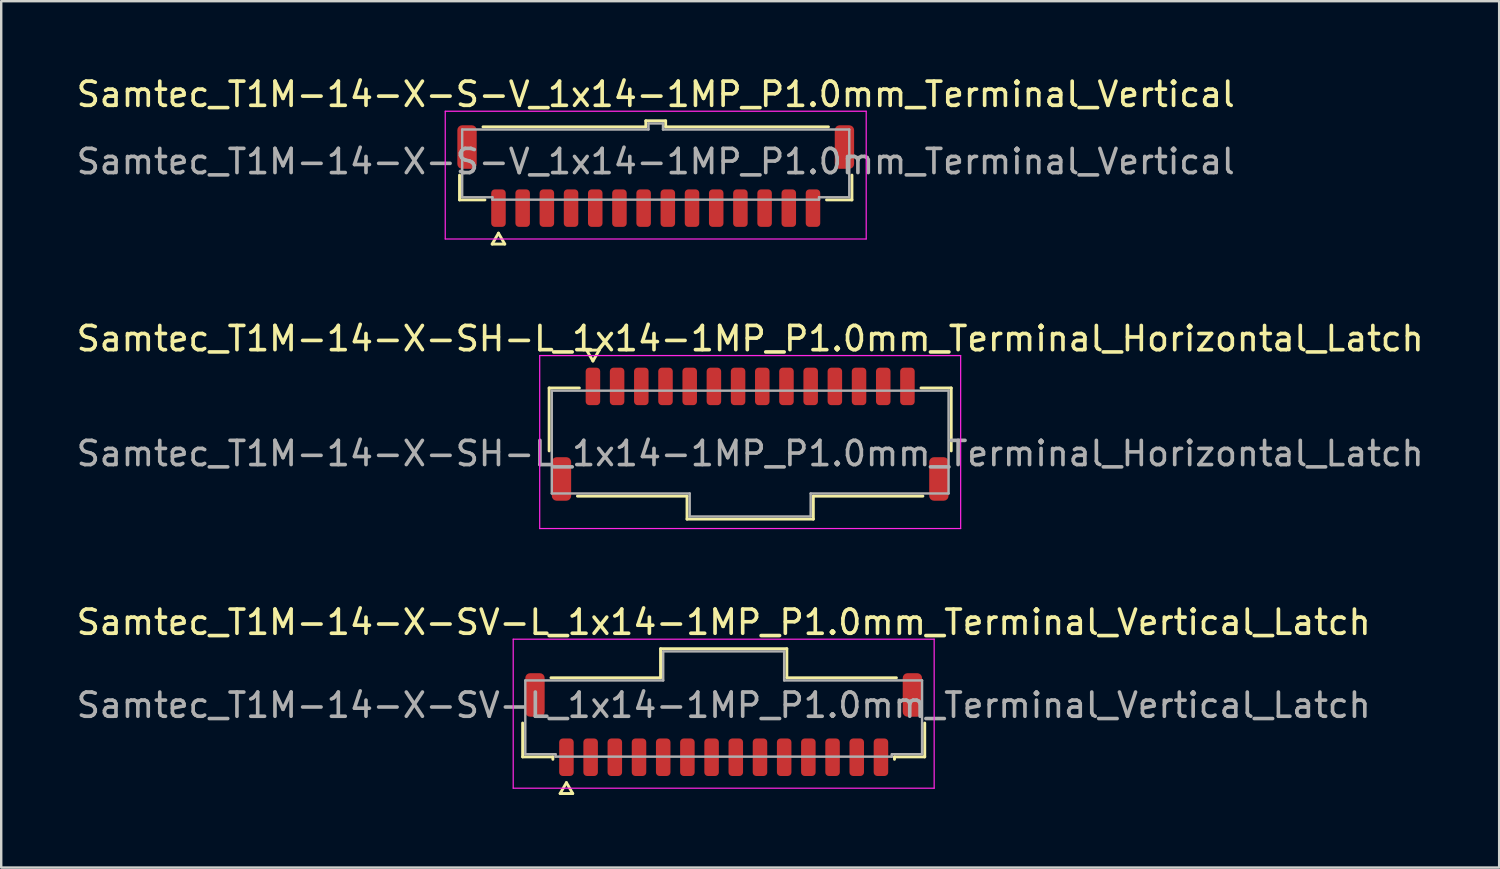
<source format=kicad_pcb>
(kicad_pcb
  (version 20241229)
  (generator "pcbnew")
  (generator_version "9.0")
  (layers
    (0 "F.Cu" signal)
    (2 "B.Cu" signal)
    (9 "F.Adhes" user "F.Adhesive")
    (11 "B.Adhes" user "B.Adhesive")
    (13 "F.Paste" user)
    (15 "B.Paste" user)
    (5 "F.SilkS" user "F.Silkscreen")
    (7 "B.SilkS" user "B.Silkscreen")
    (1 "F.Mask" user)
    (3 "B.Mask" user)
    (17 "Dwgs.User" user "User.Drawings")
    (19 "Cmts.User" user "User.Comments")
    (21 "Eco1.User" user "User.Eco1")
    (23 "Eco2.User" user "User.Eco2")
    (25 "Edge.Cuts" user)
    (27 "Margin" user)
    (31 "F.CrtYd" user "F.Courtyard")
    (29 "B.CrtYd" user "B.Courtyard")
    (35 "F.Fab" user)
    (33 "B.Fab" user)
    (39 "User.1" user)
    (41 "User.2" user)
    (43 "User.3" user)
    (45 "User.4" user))
  (footprint "Samtec_T1M-14-X-SH-L_1x14-1MP_P1.0mm_Terminal_Horizontal_Latch"
    (layer "F.Cu")
    (at 27.958 15.697)
    (property "Reference" "Samtec_T1M-14-X-SH-L_1x14-1MP_P1.0mm_Terminal_Horizontal_Latch" (at 0 -4.75 0) (layer "F.SilkS") (effects (font (size 1 1) (thickness 0.15))))
    (attr smd)
    (fp_line (start -8.31 -2.71) (end -7.06 -2.71) (stroke (width 0.12) (type solid)) (layer "F.SilkS"))
    (fp_line (start -8.31 -0.11) (end -8.31 -2.71) (stroke (width 0.12) (type solid)) (layer "F.SilkS"))
    (fp_line (start -6.76 -4.275) (end -6.5 -3.825) (stroke (width 0.12) (type solid)) (layer "F.SilkS"))
    (fp_line (start -6.5 -3.825) (end -6.24 -4.275) (stroke (width 0.12) (type solid)) (layer "F.SilkS"))
    (fp_line (start -6.24 -4.275) (end -6.76 -4.275) (stroke (width 0.12) (type solid)) (layer "F.SilkS"))
    (fp_line (start -2.61 1.76) (end -7.14 1.76) (stroke (width 0.12) (type solid)) (layer "F.SilkS"))
    (fp_line (start -2.61 2.71) (end -2.61 1.76) (stroke (width 0.12) (type solid)) (layer "F.SilkS"))
    (fp_line (start 2.61 1.76) (end 2.61 2.71) (stroke (width 0.12) (type solid)) (layer "F.SilkS"))
    (fp_line (start 2.61 2.71) (end -2.61 2.71) (stroke (width 0.12) (type solid)) (layer "F.SilkS"))
    (fp_line (start 7.06 -2.71) (end 8.31 -2.71) (stroke (width 0.12) (type solid)) (layer "F.SilkS"))
    (fp_line (start 7.14 1.76) (end 2.61 1.76) (stroke (width 0.12) (type solid)) (layer "F.SilkS"))
    (fp_line (start 8.31 -2.71) (end 8.31 -0.11) (stroke (width 0.12) (type solid)) (layer "F.SilkS"))
    (fp_line (start -8.7 -4.05) (end -8.7 3.1) (stroke (width 0.05) (type solid)) (layer "F.CrtYd"))
    (fp_line (start -8.7 3.1) (end 8.7 3.1) (stroke (width 0.05) (type solid)) (layer "F.CrtYd"))
    (fp_line (start 8.7 -4.05) (end -8.7 -4.05) (stroke (width 0.05) (type solid)) (layer "F.CrtYd"))
    (fp_line (start 8.7 3.1) (end 8.7 -4.05) (stroke (width 0.05) (type solid)) (layer "F.CrtYd"))
    (fp_line (start -8.2 -2.6) (end 8.2 -2.6) (stroke (width 0.1) (type solid)) (layer "F.Fab"))
    (fp_line (start -8.2 1.65) (end -8.2 -2.6) (stroke (width 0.1) (type solid)) (layer "F.Fab"))
    (fp_line (start -2.5 1.65) (end -8.2 1.65) (stroke (width 0.1) (type solid)) (layer "F.Fab"))
    (fp_line (start -2.5 2.6) (end -2.5 1.65) (stroke (width 0.1) (type solid)) (layer "F.Fab"))
    (fp_line (start 2.5 1.65) (end 2.5 2.6) (stroke (width 0.1) (type solid)) (layer "F.Fab"))
    (fp_line (start 2.5 2.6) (end -2.5 2.6) (stroke (width 0.1) (type solid)) (layer "F.Fab"))
    (fp_line (start 8.2 -2.6) (end 8.2 1.65) (stroke (width 0.1) (type solid)) (layer "F.Fab"))
    (fp_line (start 8.2 1.65) (end 2.5 1.65) (stroke (width 0.1) (type solid)) (layer "F.Fab"))
    (fp_text user "${REFERENCE}" (at 0 0 0) (layer "F.Fab") (effects (font (size 1 1) (thickness 0.15))))
    (pad "1" smd roundrect (at -6.5 -2.775) (size 0.6 1.55) (layers "F.Cu" "F.Mask" "F.Paste") (roundrect_rratio 0.25))
    (pad "2" smd roundrect (at -5.5 -2.775) (size 0.6 1.55) (layers "F.Cu" "F.Mask" "F.Paste") (roundrect_rratio 0.25))
    (pad "3" smd roundrect (at -4.5 -2.775) (size 0.6 1.55) (layers "F.Cu" "F.Mask" "F.Paste") (roundrect_rratio 0.25))
    (pad "4" smd roundrect (at -3.5 -2.775) (size 0.6 1.55) (layers "F.Cu" "F.Mask" "F.Paste") (roundrect_rratio 0.25))
    (pad "5" smd roundrect (at -2.5 -2.775) (size 0.6 1.55) (layers "F.Cu" "F.Mask" "F.Paste") (roundrect_rratio 0.25))
    (pad "6" smd roundrect (at -1.5 -2.775) (size 0.6 1.55) (layers "F.Cu" "F.Mask" "F.Paste") (roundrect_rratio 0.25))
    (pad "7" smd roundrect (at -0.5 -2.775) (size 0.6 1.55) (layers "F.Cu" "F.Mask" "F.Paste") (roundrect_rratio 0.25))
    (pad "8" smd roundrect (at 0.5 -2.775) (size 0.6 1.55) (layers "F.Cu" "F.Mask" "F.Paste") (roundrect_rratio 0.25))
    (pad "9" smd roundrect (at 1.5 -2.775) (size 0.6 1.55) (layers "F.Cu" "F.Mask" "F.Paste") (roundrect_rratio 0.25))
    (pad "10" smd roundrect (at 2.5 -2.775) (size 0.6 1.55) (layers "F.Cu" "F.Mask" "F.Paste") (roundrect_rratio 0.25))
    (pad "11" smd roundrect (at 3.5 -2.775) (size 0.6 1.55) (layers "F.Cu" "F.Mask" "F.Paste") (roundrect_rratio 0.25))
    (pad "12" smd roundrect (at 4.5 -2.775) (size 0.6 1.55) (layers "F.Cu" "F.Mask" "F.Paste") (roundrect_rratio 0.25))
    (pad "13" smd roundrect (at 5.5 -2.775) (size 0.6 1.55) (layers "F.Cu" "F.Mask" "F.Paste") (roundrect_rratio 0.25))
    (pad "14" smd roundrect (at 6.5 -2.775) (size 0.6 1.55) (layers "F.Cu" "F.Mask" "F.Paste") (roundrect_rratio 0.25))
    (pad "MP" smd roundrect (at -7.8 1.05) (size 0.8 1.8) (layers "F.Cu" "F.Mask" "F.Paste") (roundrect_rratio 0.25))
    (pad "MP" smd roundrect (at 7.8 1.05) (size 0.8 1.8) (layers "F.Cu" "F.Mask" "F.Paste") (roundrect_rratio 0.25)))
  (footprint "Samtec_T1M-14-X-SV-L_1x14-1MP_P1.0mm_Terminal_Vertical_Latch"
    (layer "F.Cu")
    (at 26.863 26.1)
    (property "Reference" "Samtec_T1M-14-X-SV-L_1x14-1MP_P1.0mm_Terminal_Vertical_Latch" (at 0 -3.43 0) (layer "F.SilkS") (effects (font (size 1 1) (thickness 0.15))))
    (attr smd)
    (fp_line (start -8.31 2.135) (end -8.31 0.735) (stroke (width 0.12) (type solid)) (layer "F.SilkS"))
    (fp_line (start -7.14 -1.135) (end -2.61 -1.135) (stroke (width 0.12) (type solid)) (layer "F.SilkS"))
    (fp_line (start -7.06 2.135) (end -8.31 2.135) (stroke (width 0.12) (type solid)) (layer "F.SilkS"))
    (fp_line (start -7.06 2.235) (end -7.06 2.135) (stroke (width 0.12) (type solid)) (layer "F.SilkS"))
    (fp_line (start -6.76 3.65) (end -6.5 3.2) (stroke (width 0.12) (type solid)) (layer "F.SilkS"))
    (fp_line (start -6.5 3.2) (end -6.24 3.65) (stroke (width 0.12) (type solid)) (layer "F.SilkS"))
    (fp_line (start -6.24 3.65) (end -6.76 3.65) (stroke (width 0.12) (type solid)) (layer "F.SilkS"))
    (fp_line (start -2.61 -2.335) (end 2.61 -2.335) (stroke (width 0.12) (type solid)) (layer "F.SilkS"))
    (fp_line (start -2.61 -1.135) (end -2.61 -2.335) (stroke (width 0.12) (type solid)) (layer "F.SilkS"))
    (fp_line (start 2.61 -2.335) (end 2.61 -1.135) (stroke (width 0.12) (type solid)) (layer "F.SilkS"))
    (fp_line (start 2.61 -1.135) (end 7.14 -1.135) (stroke (width 0.12) (type solid)) (layer "F.SilkS"))
    (fp_line (start 7.06 2.135) (end 7.06 2.235) (stroke (width 0.12) (type solid)) (layer "F.SilkS"))
    (fp_line (start 8.31 0.735) (end 8.31 2.135) (stroke (width 0.12) (type solid)) (layer "F.SilkS"))
    (fp_line (start 8.31 2.135) (end 7.06 2.135) (stroke (width 0.12) (type solid)) (layer "F.SilkS"))
    (fp_line (start -8.7 -2.73) (end -8.7 3.43) (stroke (width 0.05) (type solid)) (layer "F.CrtYd"))
    (fp_line (start -8.7 3.43) (end 8.7 3.43) (stroke (width 0.05) (type solid)) (layer "F.CrtYd"))
    (fp_line (start 8.7 -2.73) (end -8.7 -2.73) (stroke (width 0.05) (type solid)) (layer "F.CrtYd"))
    (fp_line (start 8.7 3.43) (end 8.7 -2.73) (stroke (width 0.05) (type solid)) (layer "F.CrtYd"))
    (fp_line (start -8.2 -1.025) (end -2.5 -1.025) (stroke (width 0.1) (type solid)) (layer "F.Fab"))
    (fp_line (start -8.2 2.025) (end -8.2 -1.025) (stroke (width 0.1) (type solid)) (layer "F.Fab"))
    (fp_line (start -6.95 2.025) (end -8.2 2.025) (stroke (width 0.1) (type solid)) (layer "F.Fab"))
    (fp_line (start -6.95 2.125) (end -6.95 2.025) (stroke (width 0.1) (type solid)) (layer "F.Fab"))
    (fp_line (start -2.5 -2.225) (end 2.5 -2.225) (stroke (width 0.1) (type solid)) (layer "F.Fab"))
    (fp_line (start -2.5 -1.025) (end -2.5 -2.225) (stroke (width 0.1) (type solid)) (layer "F.Fab"))
    (fp_line (start 2.5 -2.225) (end 2.5 -1.025) (stroke (width 0.1) (type solid)) (layer "F.Fab"))
    (fp_line (start 2.5 -1.025) (end 8.2 -1.025) (stroke (width 0.1) (type solid)) (layer "F.Fab"))
    (fp_line (start 6.95 2.025) (end 6.95 2.125) (stroke (width 0.1) (type solid)) (layer "F.Fab"))
    (fp_line (start 6.95 2.125) (end -6.95 2.125) (stroke (width 0.1) (type solid)) (layer "F.Fab"))
    (fp_line (start 8.2 -1.025) (end 8.2 2.025) (stroke (width 0.1) (type solid)) (layer "F.Fab"))
    (fp_line (start 8.2 2.025) (end 6.95 2.025) (stroke (width 0.1) (type solid)) (layer "F.Fab"))
    (fp_text user "${REFERENCE}" (at 0 0 0) (layer "F.Fab") (effects (font (size 1 1) (thickness 0.15))))
    (pad "1" smd roundrect (at -6.5 2.15) (size 0.6 1.55) (layers "F.Cu" "F.Mask" "F.Paste") (roundrect_rratio 0.25))
    (pad "2" smd roundrect (at -5.5 2.15) (size 0.6 1.55) (layers "F.Cu" "F.Mask" "F.Paste") (roundrect_rratio 0.25))
    (pad "3" smd roundrect (at -4.5 2.15) (size 0.6 1.55) (layers "F.Cu" "F.Mask" "F.Paste") (roundrect_rratio 0.25))
    (pad "4" smd roundrect (at -3.5 2.15) (size 0.6 1.55) (layers "F.Cu" "F.Mask" "F.Paste") (roundrect_rratio 0.25))
    (pad "5" smd roundrect (at -2.5 2.15) (size 0.6 1.55) (layers "F.Cu" "F.Mask" "F.Paste") (roundrect_rratio 0.25))
    (pad "6" smd roundrect (at -1.5 2.15) (size 0.6 1.55) (layers "F.Cu" "F.Mask" "F.Paste") (roundrect_rratio 0.25))
    (pad "7" smd roundrect (at -0.5 2.15) (size 0.6 1.55) (layers "F.Cu" "F.Mask" "F.Paste") (roundrect_rratio 0.25))
    (pad "8" smd roundrect (at 0.5 2.15) (size 0.6 1.55) (layers "F.Cu" "F.Mask" "F.Paste") (roundrect_rratio 0.25))
    (pad "9" smd roundrect (at 1.5 2.15) (size 0.6 1.55) (layers "F.Cu" "F.Mask" "F.Paste") (roundrect_rratio 0.25))
    (pad "10" smd roundrect (at 2.5 2.15) (size 0.6 1.55) (layers "F.Cu" "F.Mask" "F.Paste") (roundrect_rratio 0.25))
    (pad "11" smd roundrect (at 3.5 2.15) (size 0.6 1.55) (layers "F.Cu" "F.Mask" "F.Paste") (roundrect_rratio 0.25))
    (pad "12" smd roundrect (at 4.5 2.15) (size 0.6 1.55) (layers "F.Cu" "F.Mask" "F.Paste") (roundrect_rratio 0.25))
    (pad "13" smd roundrect (at 5.5 2.15) (size 0.6 1.55) (layers "F.Cu" "F.Mask" "F.Paste") (roundrect_rratio 0.25))
    (pad "14" smd roundrect (at 6.5 2.15) (size 0.6 1.55) (layers "F.Cu" "F.Mask" "F.Paste") (roundrect_rratio 0.25))
    (pad "MP" smd roundrect (at -7.8 -0.425) (size 0.8 1.8) (layers "F.Cu" "F.Mask" "F.Paste") (roundrect_rratio 0.25))
    (pad "MP" smd roundrect (at 7.8 -0.425) (size 0.8 1.8) (layers "F.Cu" "F.Mask" "F.Paste") (roundrect_rratio 0.25)))
  (footprint "Samtec_T1M-14-X-S-V_1x14-1MP_P1.0mm_Terminal_Vertical"
    (layer "F.Cu")
    (at 24.054 3.628)
    (property "Reference" "Samtec_T1M-14-X-S-V_1x14-1MP_P1.0mm_Terminal_Vertical" (at 0 -2.78 0) (layer "F.SilkS") (effects (font (size 1 1) (thickness 0.15))))
    (attr smd)
    (fp_line (start -8.11 1.585) (end -8.11 0.56) (stroke (width 0.12) (type solid)) (layer "F.SilkS"))
    (fp_line (start -7.14 -1.435) (end -0.41 -1.435) (stroke (width 0.12) (type solid)) (layer "F.SilkS"))
    (fp_line (start -7.06 1.585) (end -8.11 1.585) (stroke (width 0.12) (type solid)) (layer "F.SilkS"))
    (fp_line (start -6.76 3.41) (end -6.5 2.96) (stroke (width 0.12) (type solid)) (layer "F.SilkS"))
    (fp_line (start -6.5 2.96) (end -6.24 3.41) (stroke (width 0.12) (type solid)) (layer "F.SilkS"))
    (fp_line (start -6.24 3.41) (end -6.76 3.41) (stroke (width 0.12) (type solid)) (layer "F.SilkS"))
    (fp_line (start -0.41 -1.685) (end 0.41 -1.685) (stroke (width 0.12) (type solid)) (layer "F.SilkS"))
    (fp_line (start -0.41 -1.435) (end -0.41 -1.685) (stroke (width 0.12) (type solid)) (layer "F.SilkS"))
    (fp_line (start 0.41 -1.685) (end 0.41 -1.435) (stroke (width 0.12) (type solid)) (layer "F.SilkS"))
    (fp_line (start 0.41 -1.435) (end 7.14 -1.435) (stroke (width 0.12) (type solid)) (layer "F.SilkS"))
    (fp_line (start 8.11 0.56) (end 8.11 1.585) (stroke (width 0.12) (type solid)) (layer "F.SilkS"))
    (fp_line (start 8.11 1.585) (end 7.06 1.585) (stroke (width 0.12) (type solid)) (layer "F.SilkS"))
    (fp_line (start -8.7 -2.08) (end -8.7 3.2) (stroke (width 0.05) (type solid)) (layer "F.CrtYd"))
    (fp_line (start -8.7 3.2) (end 8.7 3.2) (stroke (width 0.05) (type solid)) (layer "F.CrtYd"))
    (fp_line (start 8.7 -2.08) (end -8.7 -2.08) (stroke (width 0.05) (type solid)) (layer "F.CrtYd"))
    (fp_line (start 8.7 3.2) (end 8.7 -2.08) (stroke (width 0.05) (type solid)) (layer "F.CrtYd"))
    (fp_line (start -8 -1.325) (end -0.3 -1.325) (stroke (width 0.1) (type solid)) (layer "F.Fab"))
    (fp_line (start -8 1.475) (end -8 -1.325) (stroke (width 0.1) (type solid)) (layer "F.Fab"))
    (fp_line (start -6.75 1.475) (end -8 1.475) (stroke (width 0.1) (type solid)) (layer "F.Fab"))
    (fp_line (start -6.75 1.575) (end -6.75 1.475) (stroke (width 0.1) (type solid)) (layer "F.Fab"))
    (fp_line (start -0.3 -1.575) (end 0.3 -1.575) (stroke (width 0.1) (type solid)) (layer "F.Fab"))
    (fp_line (start -0.3 -1.325) (end -0.3 -1.575) (stroke (width 0.1) (type solid)) (layer "F.Fab"))
    (fp_line (start 0.3 -1.575) (end 0.3 -1.325) (stroke (width 0.1) (type solid)) (layer "F.Fab"))
    (fp_line (start 0.3 -1.325) (end 8 -1.325) (stroke (width 0.1) (type solid)) (layer "F.Fab"))
    (fp_line (start 6.75 1.475) (end 6.75 1.575) (stroke (width 0.1) (type solid)) (layer "F.Fab"))
    (fp_line (start 6.75 1.575) (end -6.75 1.575) (stroke (width 0.1) (type solid)) (layer "F.Fab"))
    (fp_line (start 8 -1.325) (end 8 1.475) (stroke (width 0.1) (type solid)) (layer "F.Fab"))
    (fp_line (start 8 1.475) (end 6.75 1.475) (stroke (width 0.1) (type solid)) (layer "F.Fab"))
    (fp_text user "${REFERENCE}" (at 0 0 0) (layer "F.Fab") (effects (font (size 1 1) (thickness 0.15))))
    (pad "1" smd roundrect (at -6.5 1.925) (size 0.6 1.55) (layers "F.Cu" "F.Mask" "F.Paste") (roundrect_rratio 0.25))
    (pad "2" smd roundrect (at -5.5 1.925) (size 0.6 1.55) (layers "F.Cu" "F.Mask" "F.Paste") (roundrect_rratio 0.25))
    (pad "3" smd roundrect (at -4.5 1.925) (size 0.6 1.55) (layers "F.Cu" "F.Mask" "F.Paste") (roundrect_rratio 0.25))
    (pad "4" smd roundrect (at -3.5 1.925) (size 0.6 1.55) (layers "F.Cu" "F.Mask" "F.Paste") (roundrect_rratio 0.25))
    (pad "5" smd roundrect (at -2.5 1.925) (size 0.6 1.55) (layers "F.Cu" "F.Mask" "F.Paste") (roundrect_rratio 0.25))
    (pad "6" smd roundrect (at -1.5 1.925) (size 0.6 1.55) (layers "F.Cu" "F.Mask" "F.Paste") (roundrect_rratio 0.25))
    (pad "7" smd roundrect (at -0.5 1.925) (size 0.6 1.55) (layers "F.Cu" "F.Mask" "F.Paste") (roundrect_rratio 0.25))
    (pad "8" smd roundrect (at 0.5 1.925) (size 0.6 1.55) (layers "F.Cu" "F.Mask" "F.Paste") (roundrect_rratio 0.25))
    (pad "9" smd roundrect (at 1.5 1.925) (size 0.6 1.55) (layers "F.Cu" "F.Mask" "F.Paste") (roundrect_rratio 0.25))
    (pad "10" smd roundrect (at 2.5 1.925) (size 0.6 1.55) (layers "F.Cu" "F.Mask" "F.Paste") (roundrect_rratio 0.25))
    (pad "11" smd roundrect (at 3.5 1.925) (size 0.6 1.55) (layers "F.Cu" "F.Mask" "F.Paste") (roundrect_rratio 0.25))
    (pad "12" smd roundrect (at 4.5 1.925) (size 0.6 1.55) (layers "F.Cu" "F.Mask" "F.Paste") (roundrect_rratio 0.25))
    (pad "13" smd roundrect (at 5.5 1.925) (size 0.6 1.55) (layers "F.Cu" "F.Mask" "F.Paste") (roundrect_rratio 0.25))
    (pad "14" smd roundrect (at 6.5 1.925) (size 0.6 1.55) (layers "F.Cu" "F.Mask" "F.Paste") (roundrect_rratio 0.25))
    (pad "MP" smd roundrect (at -7.8 -0.6) (size 0.8 1.8) (layers "F.Cu" "F.Mask" "F.Paste") (roundrect_rratio 0.25))
    (pad "MP" smd roundrect (at 7.8 -0.6) (size 0.8 1.8) (layers "F.Cu" "F.Mask" "F.Paste") (roundrect_rratio 0.25)))
  (gr_rect
    (start -3 -3)
    (end 58.917 32.81)
    (stroke (width 0.1) (type default))
    (fill no)
    (layer "Edge.Cuts")))
</source>
